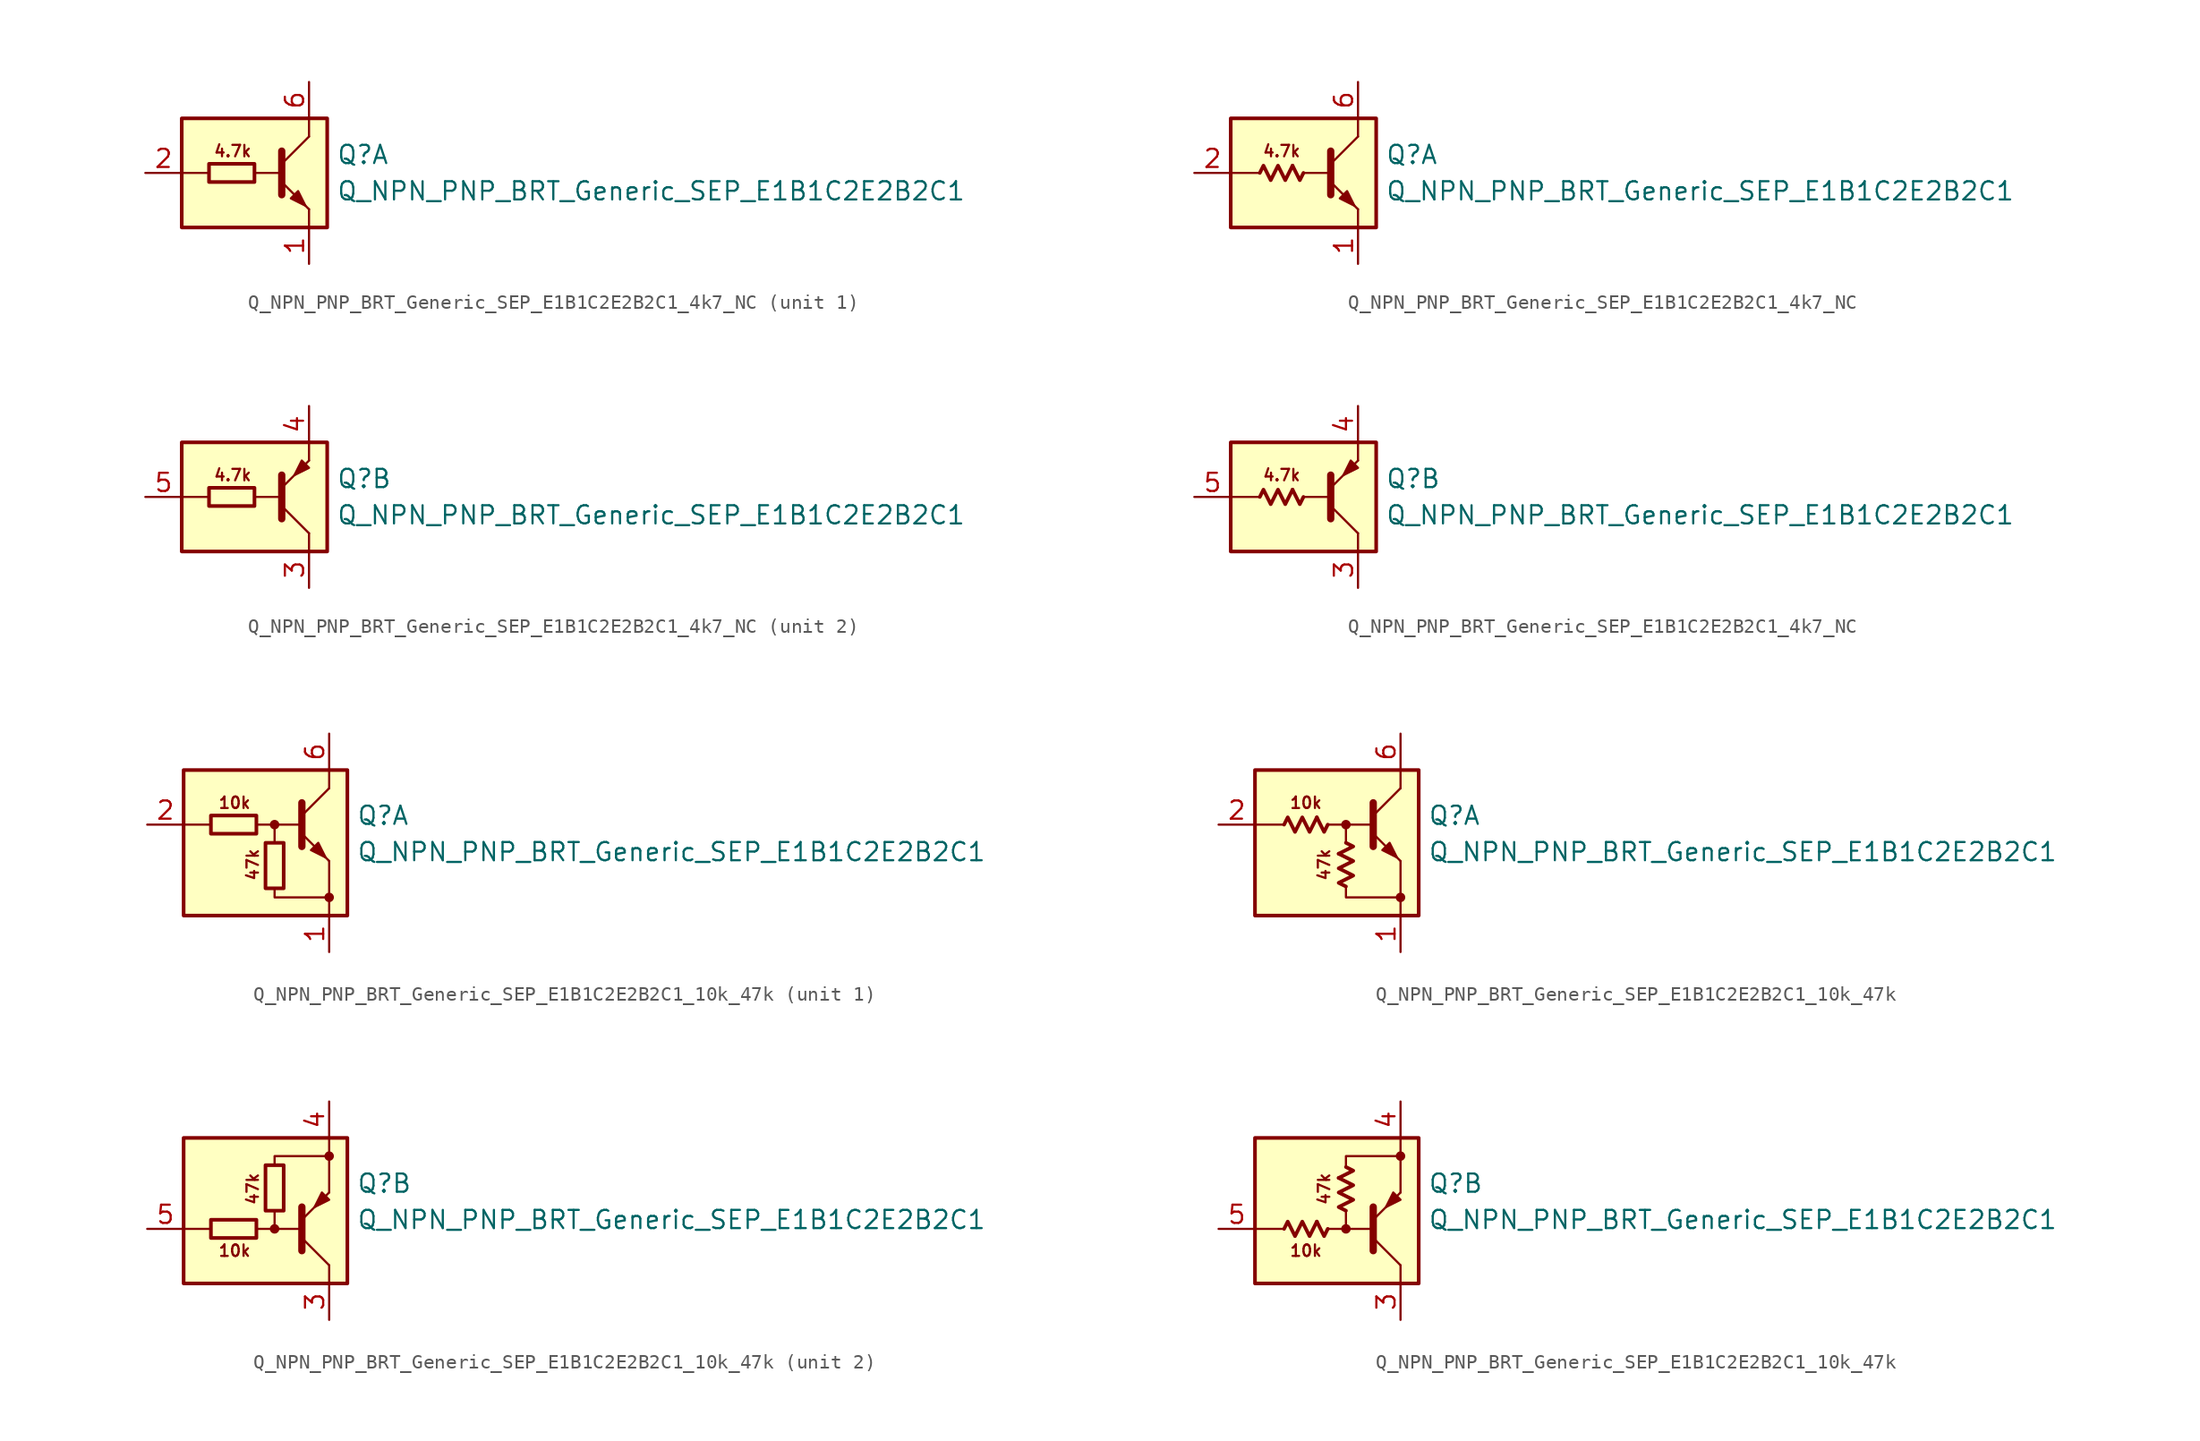
<source format=kicad_sym>
(kicad_symbol_lib
  (version 20220914)
  (generator kicad_symbol_editor)
  (symbol "Q_NPN_PNP_BRT_Generic_SEP_E1B1C2E2B2C1_4k7_NC"
    (pin_names
      (offset 1.016) hide)
    (property "Reference" "Q"
      (at 5.715 1.27 0)
      (effects (font (size 1.27 1.27)) (justify left)))
    (property "Value" "Q_NPN_PNP_BRT_Generic_SEP_E1B1C2E2B2C1"
      (at 5.715 -1.27 0)
      (effects (font (size 1.27 1.27)) (justify left)))
    (property "ki_locked" ""
      (at 0 0 0)
      (effects (font (size 1.27 1.27))))
    (symbol "Q_NPN_PNP_BRT_Generic_SEP_E1B1C2E2B2C1_4k7_NC_1_0"
      (rectangle (start -5.08 3.81) (end 5.08 -3.81) (stroke (width 0.254) (type default)) (fill (type background)))
      (polyline (pts (xy -3.175 0) (xy -5.08 0)) (stroke (width 0) (type default)) (fill (type none)))
      (polyline (pts (xy 0 0) (xy 1.905 0)) (stroke (width 0) (type default)) (fill (type none)))
      (polyline (pts (xy 1.905 0.635) (xy 3.81 2.54)) (stroke (width 0) (type default)) (fill (type none)))
      (polyline (pts (xy 1.905 1.524) (xy 1.905 -1.524)) (stroke (width 0.508) (type default)) (fill (type none)))
      (polyline (pts (xy 3.81 -2.54) (xy 3.81 -3.81)) (stroke (width 0) (type default)) (fill (type none)))
      (polyline (pts (xy 3.81 2.54) (xy 3.81 3.81)) (stroke (width 0) (type default)) (fill (type none)))
      (polyline (pts (xy 1.905 -0.635) (xy 3.81 -2.54) (xy 3.81 -2.54)) (stroke (width 0) (type default)) (fill (type none)))
      (polyline (pts (xy 2.54 -1.778) (xy 3.048 -1.27) (xy 3.556 -2.286) (xy 2.54 -1.778) (xy 2.54 -1.778)) (stroke (width 0) (type default)) (fill (type outline)))
      (text "4.7k" (at -1.524 1.524 0) (effects (font (size 0.8 0.8)))))
    (symbol "Q_NPN_PNP_BRT_Generic_SEP_E1B1C2E2B2C1_4k7_NC_1_1"
      (rectangle (start -3.175 0.635) (end 0 -0.635) (stroke (width 0.254) (type default)) (fill (type none)))
      (pin passive line (at 3.81 -6.35 90) (length 2.54) (name "E1" (effects (font (size 1.27 1.27)))) (number "1" (effects (font (size 1.27 1.27)))))
      (pin input line (at -7.62 0 0) (length 2.54) (name "B1" (effects (font (size 1.27 1.27)))) (number "2" (effects (font (size 1.27 1.27)))))
      (pin passive line (at 3.81 6.35 270) (length 2.54) (name "C1" (effects (font (size 1.27 1.27)))) (number "6" (effects (font (size 1.27 1.27))))))
    (symbol "Q_NPN_PNP_BRT_Generic_SEP_E1B1C2E2B2C1_4k7_NC_1_2"
      (polyline (pts (xy -0.762 0.508) (xy -0.254 -0.508) (xy 0 0)) (stroke (width 0.254) (type default)) (fill (type none)))
      (polyline (pts (xy -3.048 0) (xy -2.794 0.508) (xy -2.286 -0.508) (xy -1.778 0.508) (xy -1.27 -0.508) (xy -0.762 0.508)) (stroke (width 0.254) (type default)) (fill (type none)))
      (pin passive line (at 3.81 -6.35 90) (length 2.54) (name "E1" (effects (font (size 1.27 1.27)))) (number "1" (effects (font (size 1.27 1.27)))))
      (pin input line (at -7.62 0 0) (length 2.54) (name "B1" (effects (font (size 1.27 1.27)))) (number "2" (effects (font (size 1.27 1.27)))))
      (pin passive line (at 3.81 6.35 270) (length 2.54) (name "C1" (effects (font (size 1.27 1.27)))) (number "6" (effects (font (size 1.27 1.27))))))
    (symbol "Q_NPN_PNP_BRT_Generic_SEP_E1B1C2E2B2C1_4k7_NC_2_0"
      (rectangle (start -5.08 3.81) (end 5.08 -3.81) (stroke (width 0.254) (type default)) (fill (type background)))
      (polyline (pts (xy -3.175 0) (xy -5.08 0)) (stroke (width 0) (type default)) (fill (type none)))
      (polyline (pts (xy 0 0) (xy 1.905 0)) (stroke (width 0) (type default)) (fill (type none)))
      (polyline (pts (xy 1.905 -1.524) (xy 1.905 1.524)) (stroke (width 0.508) (type default)) (fill (type none)))
      (polyline (pts (xy 1.905 -0.635) (xy 3.81 -2.54)) (stroke (width 0) (type default)) (fill (type none)))
      (polyline (pts (xy 3.81 -2.54) (xy 3.81 -3.81)) (stroke (width 0) (type default)) (fill (type none)))
      (polyline (pts (xy 3.81 2.54) (xy 3.81 3.81)) (stroke (width 0) (type default)) (fill (type none)))
      (polyline (pts (xy 1.905 0.635) (xy 3.81 2.54) (xy 3.81 2.54)) (stroke (width 0) (type default)) (fill (type none)))
      (polyline (pts (xy 3.81 2.032) (xy 3.302 2.54) (xy 2.794 1.524) (xy 3.81 2.032) (xy 3.81 2.032)) (stroke (width 0) (type default)) (fill (type outline)))
      (text "4.7k" (at -1.524 1.524 0) (effects (font (size 0.8 0.8)))))
    (symbol "Q_NPN_PNP_BRT_Generic_SEP_E1B1C2E2B2C1_4k7_NC_2_1"
      (rectangle (start 0 0.635) (end -3.175 -0.635) (stroke (width 0.254) (type default)) (fill (type none)))
      (pin passive line (at 3.81 -6.35 90) (length 2.54) (name "C2" (effects (font (size 1.27 1.27)))) (number "3" (effects (font (size 1.27 1.27)))))
      (pin passive line (at 3.81 6.35 270) (length 2.54) (name "E2" (effects (font (size 1.27 1.27)))) (number "4" (effects (font (size 1.27 1.27)))))
      (pin input line (at -7.62 0 0) (length 2.54) (name "B2" (effects (font (size 1.27 1.27)))) (number "5" (effects (font (size 1.27 1.27))))))
    (symbol "Q_NPN_PNP_BRT_Generic_SEP_E1B1C2E2B2C1_4k7_NC_2_2"
      (polyline (pts (xy -0.762 0.508) (xy -0.254 -0.508) (xy 0 0)) (stroke (width 0.254) (type default)) (fill (type none)))
      (polyline (pts (xy -3.048 0) (xy -2.794 0.508) (xy -2.286 -0.508) (xy -1.778 0.508) (xy -1.27 -0.508) (xy -0.762 0.508)) (stroke (width 0.254) (type default)) (fill (type none)))
      (pin passive line (at 3.81 -6.35 90) (length 2.54) (name "C2" (effects (font (size 1.27 1.27)))) (number "3" (effects (font (size 1.27 1.27)))))
      (pin passive line (at 3.81 6.35 270) (length 2.54) (name "E2" (effects (font (size 1.27 1.27)))) (number "4" (effects (font (size 1.27 1.27)))))
      (pin input line (at -7.62 0 0) (length 2.54) (name "B2" (effects (font (size 1.27 1.27)))) (number "5" (effects (font (size 1.27 1.27)))))))
  (symbol "Q_NPN_PNP_BRT_Generic_SEP_E1B1C2E2B2C1_10k_47k"
    (pin_names
      (offset 1.016) hide)
    (property "Reference" "Q"
      (at 5.715 1.905 0)
      (effects (font (size 1.27 1.27)) (justify left)))
    (property "Value" "Q_NPN_PNP_BRT_Generic_SEP_E1B1C2E2B2C1"
      (at 5.715 -0.635 0)
      (effects (font (size 1.27 1.27)) (justify left)))
    (property "ki_locked" ""
      (at 0 0 0)
      (effects (font (size 1.27 1.27))))
    (symbol "Q_NPN_PNP_BRT_Generic_SEP_E1B1C2E2B2C1_10k_47k_1_0"
      (rectangle (start -6.35 5.08) (end 5.08 -5.08) (stroke (width 0.254) (type default)) (fill (type background)))
      (polyline (pts (xy -4.445 1.27) (xy -6.35 1.27)) (stroke (width 0) (type default)) (fill (type none)))
      (polyline (pts (xy -0.254 1.27) (xy 1.905 1.27)) (stroke (width 0) (type default)) (fill (type none)))
      (polyline (pts (xy 1.905 1.905) (xy 3.81 3.81)) (stroke (width 0) (type default)) (fill (type none)))
      (polyline (pts (xy 1.905 2.794) (xy 1.905 -0.254)) (stroke (width 0.508) (type default)) (fill (type none)))
      (polyline (pts (xy 3.81 -3.81) (xy 3.81 -5.08)) (stroke (width 0) (type default)) (fill (type none)))
      (polyline (pts (xy 3.81 -3.81) (xy 3.81 -1.27)) (stroke (width 0) (type default)) (fill (type none)))
      (polyline (pts (xy 3.81 3.81) (xy 3.81 5.08)) (stroke (width 0) (type default)) (fill (type none)))
      (polyline (pts (xy -1.27 1.27) (xy 0 1.27) (xy 0 0)) (stroke (width 0) (type default)) (fill (type none)))
      (polyline (pts (xy 0 -3.175) (xy 0 -3.81) (xy 3.81 -3.81)) (stroke (width 0) (type default)) (fill (type none)))
      (polyline (pts (xy 1.905 0.635) (xy 3.81 -1.27) (xy 3.81 -1.27)) (stroke (width 0) (type default)) (fill (type none)))
      (polyline (pts (xy 2.54 -0.508) (xy 3.048 0) (xy 3.556 -1.016) (xy 2.54 -0.508) (xy 2.54 -0.508)) (stroke (width 0) (type default)) (fill (type outline)))
      (circle (center 0 1.27) (radius 0.254) (stroke (width 0) (type default)) (fill (type outline)))
      (circle (center 3.81 -3.81) (radius 0.254) (stroke (width 0) (type default)) (fill (type outline)))
      (text "10k" (at -2.794 2.794 0) (effects (font (size 0.8 0.8))))
      (text "47k" (at -1.524 -1.524 900) (effects (font (size 0.8 0.8)))))
    (symbol "Q_NPN_PNP_BRT_Generic_SEP_E1B1C2E2B2C1_10k_47k_1_1"
      (rectangle (start -4.445 1.905) (end -1.27 0.635) (stroke (width 0.254) (type default)) (fill (type none)))
      (rectangle (start -0.635 0) (end 0.635 -3.175) (stroke (width 0.254) (type default)) (fill (type none)))
      (pin passive line (at 3.81 -7.62 90) (length 2.54) (name "E1" (effects (font (size 1.27 1.27)))) (number "1" (effects (font (size 1.27 1.27)))))
      (pin input line (at -8.89 1.27 0) (length 2.54) (name "B1" (effects (font (size 1.27 1.27)))) (number "2" (effects (font (size 1.27 1.27)))))
      (pin passive line (at 3.81 7.62 270) (length 2.54) (name "C1" (effects (font (size 1.27 1.27)))) (number "6" (effects (font (size 1.27 1.27))))))
    (symbol "Q_NPN_PNP_BRT_Generic_SEP_E1B1C2E2B2C1_10k_47k_1_2"
      (polyline (pts (xy -2.032 1.778) (xy -1.524 0.762) (xy -1.27 1.27)) (stroke (width 0.254) (type default)) (fill (type none)))
      (polyline (pts (xy -0.508 -0.762) (xy 0.508 -0.254) (xy 0 0)) (stroke (width 0.254) (type default)) (fill (type none)))
      (polyline (pts (xy -4.318 1.27) (xy -4.064 1.778) (xy -3.556 0.762) (xy -3.048 1.778) (xy -2.54 0.762) (xy -2.032 1.778)) (stroke (width 0.254) (type default)) (fill (type none)))
      (polyline (pts (xy 0 -3.048) (xy -0.508 -2.794) (xy 0.508 -2.286) (xy -0.508 -1.778) (xy 0.508 -1.27) (xy -0.508 -0.762)) (stroke (width 0.254) (type default)) (fill (type none)))
      (pin passive line (at 3.81 -7.62 90) (length 2.54) (name "E1" (effects (font (size 1.27 1.27)))) (number "1" (effects (font (size 1.27 1.27)))))
      (pin input line (at -8.89 1.27 0) (length 2.54) (name "B1" (effects (font (size 1.27 1.27)))) (number "2" (effects (font (size 1.27 1.27)))))
      (pin passive line (at 3.81 7.62 270) (length 2.54) (name "C1" (effects (font (size 1.27 1.27)))) (number "6" (effects (font (size 1.27 1.27))))))
    (symbol "Q_NPN_PNP_BRT_Generic_SEP_E1B1C2E2B2C1_10k_47k_2_0"
      (rectangle (start -6.35 5.08) (end 5.08 -5.08) (stroke (width 0.254) (type default)) (fill (type background)))
      (circle (center 0 -1.27) (radius 0.254) (stroke (width 0) (type default)) (fill (type outline)))
      (polyline (pts (xy -4.445 -1.27) (xy -6.35 -1.27)) (stroke (width 0) (type default)) (fill (type none)))
      (polyline (pts (xy -0.254 -1.27) (xy 1.905 -1.27)) (stroke (width 0) (type default)) (fill (type none)))
      (polyline (pts (xy 1.905 -2.794) (xy 1.905 0.254)) (stroke (width 0.508) (type default)) (fill (type none)))
      (polyline (pts (xy 1.905 -1.905) (xy 3.81 -3.81)) (stroke (width 0) (type default)) (fill (type none)))
      (polyline (pts (xy 3.81 -3.81) (xy 3.81 -5.08)) (stroke (width 0) (type default)) (fill (type none)))
      (polyline (pts (xy 3.81 3.81) (xy 3.81 1.27)) (stroke (width 0) (type default)) (fill (type none)))
      (polyline (pts (xy 3.81 3.81) (xy 3.81 5.08)) (stroke (width 0) (type default)) (fill (type none)))
      (polyline (pts (xy -1.27 -1.27) (xy 0 -1.27) (xy 0 0)) (stroke (width 0) (type default)) (fill (type none)))
      (polyline (pts (xy 0 3.175) (xy 0 3.81) (xy 3.81 3.81)) (stroke (width 0) (type default)) (fill (type none)))
      (polyline (pts (xy 1.905 -0.635) (xy 3.81 1.27) (xy 3.81 1.27)) (stroke (width 0) (type default)) (fill (type none)))
      (polyline (pts (xy 3.81 0.762) (xy 3.302 1.27) (xy 2.794 0.254) (xy 3.81 0.762) (xy 3.81 0.762)) (stroke (width 0) (type default)) (fill (type outline)))
      (circle (center 3.81 3.81) (radius 0.254) (stroke (width 0) (type default)) (fill (type outline)))
      (text "10k" (at -2.794 -2.794 0) (effects (font (size 0.8 0.8))))
      (text "47k" (at -1.524 1.524 900) (effects (font (size 0.8 0.8)))))
    (symbol "Q_NPN_PNP_BRT_Generic_SEP_E1B1C2E2B2C1_10k_47k_2_1"
      (rectangle (start -1.27 -0.635) (end -4.445 -1.905) (stroke (width 0.254) (type default)) (fill (type none)))
      (rectangle (start -0.635 3.175) (end 0.635 0) (stroke (width 0.254) (type default)) (fill (type none)))
      (pin passive line (at 3.81 -7.62 90) (length 2.54) (name "C2" (effects (font (size 1.27 1.27)))) (number "3" (effects (font (size 1.27 1.27)))))
      (pin passive line (at 3.81 7.62 270) (length 2.54) (name "E2" (effects (font (size 1.27 1.27)))) (number "4" (effects (font (size 1.27 1.27)))))
      (pin input line (at -8.89 -1.27 0) (length 2.54) (name "B2" (effects (font (size 1.27 1.27)))) (number "5" (effects (font (size 1.27 1.27))))))
    (symbol "Q_NPN_PNP_BRT_Generic_SEP_E1B1C2E2B2C1_10k_47k_2_2"
      (polyline (pts (xy -2.032 -0.762) (xy -1.524 -1.778) (xy -1.27 -1.27)) (stroke (width 0.254) (type default)) (fill (type none)))
      (polyline (pts (xy -0.508 2.286) (xy 0.508 2.794) (xy 0 3.048)) (stroke (width 0.254) (type default)) (fill (type none)))
      (polyline (pts (xy -4.318 -1.27) (xy -4.064 -0.762) (xy -3.556 -1.778) (xy -3.048 -0.762) (xy -2.54 -1.778) (xy -2.032 -0.762)) (stroke (width 0.254) (type default)) (fill (type none)))
      (polyline (pts (xy 0 0) (xy -0.508 0.254) (xy 0.508 0.762) (xy -0.508 1.27) (xy 0.508 1.778) (xy -0.508 2.286)) (stroke (width 0.254) (type default)) (fill (type none)))
      (pin passive line (at 3.81 -7.62 90) (length 2.54) (name "C2" (effects (font (size 1.27 1.27)))) (number "3" (effects (font (size 1.27 1.27)))))
      (pin passive line (at 3.81 7.62 270) (length 2.54) (name "E2" (effects (font (size 1.27 1.27)))) (number "4" (effects (font (size 1.27 1.27)))))
      (pin input line (at -8.89 -1.27 0) (length 2.54) (name "B2" (effects (font (size 1.27 1.27)))) (number "5" (effects (font (size 1.27 1.27))))))))
</source>
